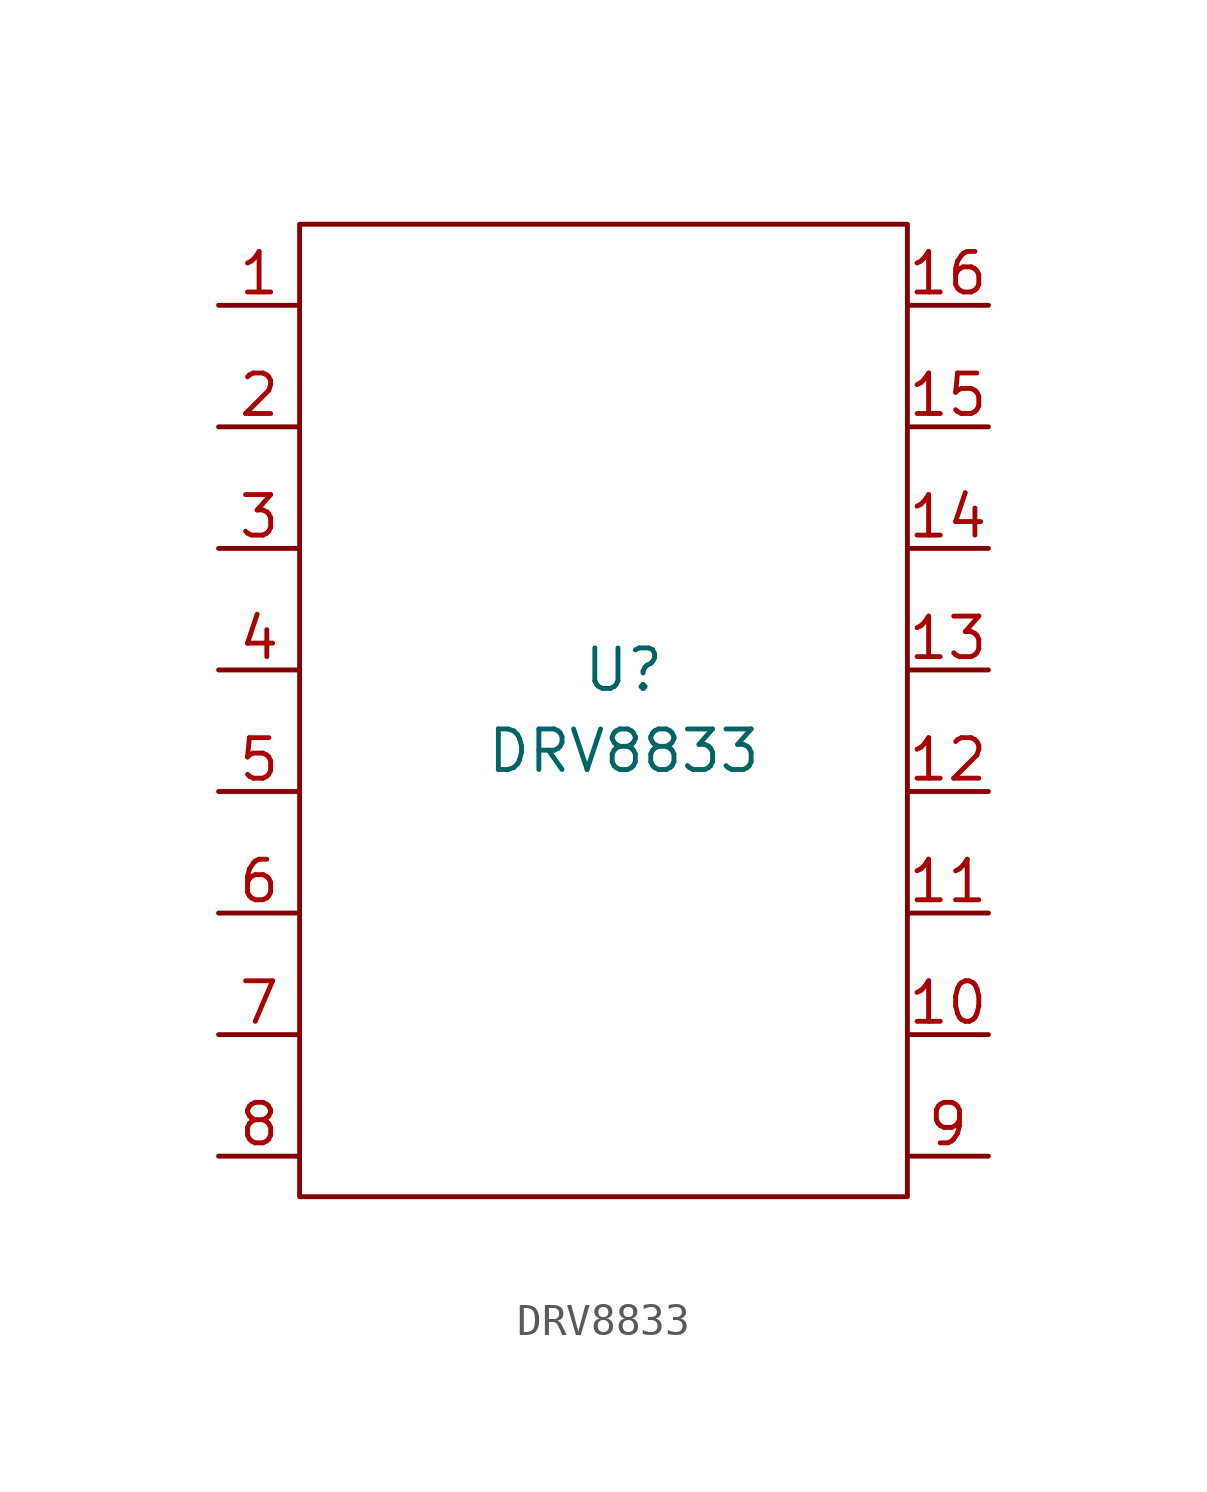
<source format=kicad_sym>
(kicad_symbol_lib
  (version 20211014)
  (generator kicad_symbol_editor)
  (symbol "DRV8833"
    (property "Reference" "U"
      (at 0 0 0)
      (effects (font (size 1.27 1.27))))
    (property "Value" "DRV8833"
      (at 0 -2.54 0)
      (effects (font (size 1.27 1.27))))
    (symbol "DRV8833_0_1"
      (rectangle (start -10.16 13.97) (end 8.89 -16.51) (stroke (width 0) (type default) (color 0 0 0 0)) (fill (type none))))
    (symbol "DRV8833_1_1"
      (pin input line (at -12.7 11.43 0) (length 2.54) (name "" (effects (font (size 1.27 1.27)))) (number "1" (effects (font (size 1.27 1.27)))))
      (pin input line (at 11.43 -11.43 180) (length 2.54) (name "" (effects (font (size 1.27 1.27)))) (number "10" (effects (font (size 1.27 1.27)))))
      (pin input line (at 11.43 -7.62 180) (length 2.54) (name "" (effects (font (size 1.27 1.27)))) (number "11" (effects (font (size 1.27 1.27)))))
      (pin input line (at 11.43 -3.81 180) (length 2.54) (name "" (effects (font (size 1.27 1.27)))) (number "12" (effects (font (size 1.27 1.27)))))
      (pin input line (at 11.43 0 180) (length 2.54) (name "" (effects (font (size 1.27 1.27)))) (number "13" (effects (font (size 1.27 1.27)))))
      (pin input line (at 11.43 3.81 180) (length 2.54) (name "" (effects (font (size 1.27 1.27)))) (number "14" (effects (font (size 1.27 1.27)))))
      (pin input line (at 11.43 7.62 180) (length 2.54) (name "" (effects (font (size 1.27 1.27)))) (number "15" (effects (font (size 1.27 1.27)))))
      (pin input line (at 11.43 11.43 180) (length 2.54) (name "" (effects (font (size 1.27 1.27)))) (number "16" (effects (font (size 1.27 1.27)))))
      (pin input line (at -12.7 7.62 0) (length 2.54) (name "" (effects (font (size 1.27 1.27)))) (number "2" (effects (font (size 1.27 1.27)))))
      (pin input line (at -12.7 3.81 0) (length 2.54) (name "" (effects (font (size 1.27 1.27)))) (number "3" (effects (font (size 1.27 1.27)))))
      (pin input line (at -12.7 0 0) (length 2.54) (name "" (effects (font (size 1.27 1.27)))) (number "4" (effects (font (size 1.27 1.27)))))
      (pin input line (at -12.7 -3.81 0) (length 2.54) (name "" (effects (font (size 1.27 1.27)))) (number "5" (effects (font (size 1.27 1.27)))))
      (pin input line (at -12.7 -7.62 0) (length 2.54) (name "" (effects (font (size 1.27 1.27)))) (number "6" (effects (font (size 1.27 1.27)))))
      (pin input line (at -12.7 -11.43 0) (length 2.54) (name "" (effects (font (size 1.27 1.27)))) (number "7" (effects (font (size 1.27 1.27)))))
      (pin input line (at -12.7 -15.24 0) (length 2.54) (name "" (effects (font (size 1.27 1.27)))) (number "8" (effects (font (size 1.27 1.27)))))
      (pin input line (at 11.43 -15.24 180) (length 2.54) (name "" (effects (font (size 1.27 1.27)))) (number "9" (effects (font (size 1.27 1.27))))))))
</source>
